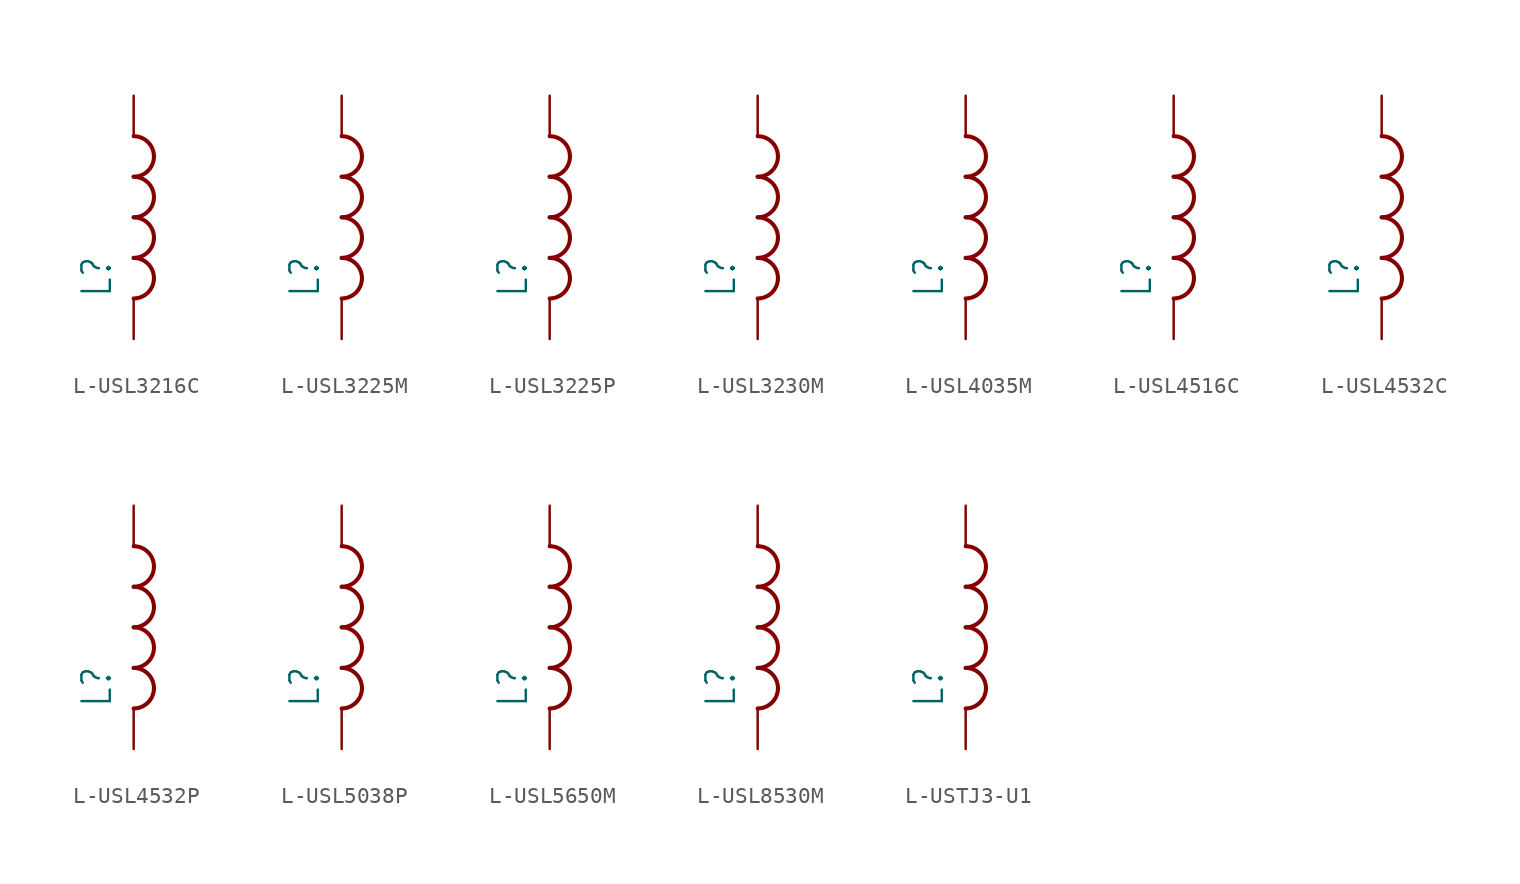
<source format=kicad_sym>
(kicad_symbol_lib
  (version 20241209)
  (generator "kicad_symbol_editor")
  (generator_version "9.0")
  (symbol "L-USL3216C"
    (property "Reference" "L"
      (at -1.27 -5.08 90)
      (effects (font (size 1.778 1.511)) (justify left bottom)))
    (property "Value" ""
      (at 3.81 -5.08 90)
      (effects (font (size 1.778 1.511)) (justify left bottom)))
    (property "ki_locked" ""
      (at 0 0 0)
      (effects (font (size 1.27 1.27))))
    (symbol "L-USL3216C_1_0"
      (arc (start 1.27 3.81) (mid 0.898 2.912) (end 0 2.54) (stroke (width 0.254) (type solid)) (fill (type none)))
      (arc (start 0 5.08) (mid 0.898 4.708) (end 1.27 3.81) (stroke (width 0.254) (type solid)) (fill (type none)))
      (arc (start 1.27 1.27) (mid 0.898 0.372) (end 0 0) (stroke (width 0.254) (type solid)) (fill (type none)))
      (arc (start 0 2.54) (mid 0.898 2.168) (end 1.27 1.27) (stroke (width 0.254) (type solid)) (fill (type none)))
      (arc (start 1.27 -1.27) (mid 0.898 -2.168) (end 0 -2.54) (stroke (width 0.254) (type solid)) (fill (type none)))
      (arc (start 0 0) (mid 0.898 -0.372) (end 1.27 -1.27) (stroke (width 0.254) (type solid)) (fill (type none)))
      (arc (start 1.27 -3.81) (mid 0.898 -4.708) (end 0 -5.08) (stroke (width 0.254) (type solid)) (fill (type none)))
      (arc (start 0 -2.54) (mid 0.898 -2.912) (end 1.27 -3.81) (stroke (width 0.254) (type solid)) (fill (type none)))
      (pin passive line (at 0 7.62 270) (length 2.54) (name "1" (effects (font (size 0 0)))) (number "1" (effects (font (size 0 0)))))
      (pin passive line (at 0 -7.62 90) (length 2.54) (name "2" (effects (font (size 0 0)))) (number "2" (effects (font (size 0 0)))))))
  (symbol "L-USL3225M"
    (property "Reference" "L"
      (at -1.27 -5.08 90)
      (effects (font (size 1.778 1.511)) (justify left bottom)))
    (property "Value" ""
      (at 3.81 -5.08 90)
      (effects (font (size 1.778 1.511)) (justify left bottom)))
    (property "ki_locked" ""
      (at 0 0 0)
      (effects (font (size 1.27 1.27))))
    (symbol "L-USL3225M_1_0"
      (arc (start 1.27 3.81) (mid 0.898 2.912) (end 0 2.54) (stroke (width 0.254) (type solid)) (fill (type none)))
      (arc (start 0 5.08) (mid 0.898 4.708) (end 1.27 3.81) (stroke (width 0.254) (type solid)) (fill (type none)))
      (arc (start 1.27 1.27) (mid 0.898 0.372) (end 0 0) (stroke (width 0.254) (type solid)) (fill (type none)))
      (arc (start 0 2.54) (mid 0.898 2.168) (end 1.27 1.27) (stroke (width 0.254) (type solid)) (fill (type none)))
      (arc (start 1.27 -1.27) (mid 0.898 -2.168) (end 0 -2.54) (stroke (width 0.254) (type solid)) (fill (type none)))
      (arc (start 0 0) (mid 0.898 -0.372) (end 1.27 -1.27) (stroke (width 0.254) (type solid)) (fill (type none)))
      (arc (start 1.27 -3.81) (mid 0.898 -4.708) (end 0 -5.08) (stroke (width 0.254) (type solid)) (fill (type none)))
      (arc (start 0 -2.54) (mid 0.898 -2.912) (end 1.27 -3.81) (stroke (width 0.254) (type solid)) (fill (type none)))
      (pin passive line (at 0 7.62 270) (length 2.54) (name "1" (effects (font (size 0 0)))) (number "1" (effects (font (size 0 0)))))
      (pin passive line (at 0 -7.62 90) (length 2.54) (name "2" (effects (font (size 0 0)))) (number "2" (effects (font (size 0 0)))))))
  (symbol "L-USL3225P"
    (property "Reference" "L"
      (at -1.27 -5.08 90)
      (effects (font (size 1.778 1.511)) (justify left bottom)))
    (property "Value" ""
      (at 3.81 -5.08 90)
      (effects (font (size 1.778 1.511)) (justify left bottom)))
    (property "ki_locked" ""
      (at 0 0 0)
      (effects (font (size 1.27 1.27))))
    (symbol "L-USL3225P_1_0"
      (arc (start 1.27 3.81) (mid 0.898 2.912) (end 0 2.54) (stroke (width 0.254) (type solid)) (fill (type none)))
      (arc (start 0 5.08) (mid 0.898 4.708) (end 1.27 3.81) (stroke (width 0.254) (type solid)) (fill (type none)))
      (arc (start 1.27 1.27) (mid 0.898 0.372) (end 0 0) (stroke (width 0.254) (type solid)) (fill (type none)))
      (arc (start 0 2.54) (mid 0.898 2.168) (end 1.27 1.27) (stroke (width 0.254) (type solid)) (fill (type none)))
      (arc (start 1.27 -1.27) (mid 0.898 -2.168) (end 0 -2.54) (stroke (width 0.254) (type solid)) (fill (type none)))
      (arc (start 0 0) (mid 0.898 -0.372) (end 1.27 -1.27) (stroke (width 0.254) (type solid)) (fill (type none)))
      (arc (start 1.27 -3.81) (mid 0.898 -4.708) (end 0 -5.08) (stroke (width 0.254) (type solid)) (fill (type none)))
      (arc (start 0 -2.54) (mid 0.898 -2.912) (end 1.27 -3.81) (stroke (width 0.254) (type solid)) (fill (type none)))
      (pin passive line (at 0 7.62 270) (length 2.54) (name "1" (effects (font (size 0 0)))) (number "1" (effects (font (size 0 0)))))
      (pin passive line (at 0 -7.62 90) (length 2.54) (name "2" (effects (font (size 0 0)))) (number "2" (effects (font (size 0 0)))))))
  (symbol "L-USL3230M"
    (property "Reference" "L"
      (at -1.27 -5.08 90)
      (effects (font (size 1.778 1.511)) (justify left bottom)))
    (property "Value" ""
      (at 3.81 -5.08 90)
      (effects (font (size 1.778 1.511)) (justify left bottom)))
    (property "ki_locked" ""
      (at 0 0 0)
      (effects (font (size 1.27 1.27))))
    (symbol "L-USL3230M_1_0"
      (arc (start 1.27 3.81) (mid 0.898 2.912) (end 0 2.54) (stroke (width 0.254) (type solid)) (fill (type none)))
      (arc (start 0 5.08) (mid 0.898 4.708) (end 1.27 3.81) (stroke (width 0.254) (type solid)) (fill (type none)))
      (arc (start 1.27 1.27) (mid 0.898 0.372) (end 0 0) (stroke (width 0.254) (type solid)) (fill (type none)))
      (arc (start 0 2.54) (mid 0.898 2.168) (end 1.27 1.27) (stroke (width 0.254) (type solid)) (fill (type none)))
      (arc (start 1.27 -1.27) (mid 0.898 -2.168) (end 0 -2.54) (stroke (width 0.254) (type solid)) (fill (type none)))
      (arc (start 0 0) (mid 0.898 -0.372) (end 1.27 -1.27) (stroke (width 0.254) (type solid)) (fill (type none)))
      (arc (start 1.27 -3.81) (mid 0.898 -4.708) (end 0 -5.08) (stroke (width 0.254) (type solid)) (fill (type none)))
      (arc (start 0 -2.54) (mid 0.898 -2.912) (end 1.27 -3.81) (stroke (width 0.254) (type solid)) (fill (type none)))
      (pin passive line (at 0 7.62 270) (length 2.54) (name "1" (effects (font (size 0 0)))) (number "1" (effects (font (size 0 0)))))
      (pin passive line (at 0 -7.62 90) (length 2.54) (name "2" (effects (font (size 0 0)))) (number "2" (effects (font (size 0 0)))))))
  (symbol "L-USL4035M"
    (property "Reference" "L"
      (at -1.27 -5.08 90)
      (effects (font (size 1.778 1.511)) (justify left bottom)))
    (property "Value" ""
      (at 3.81 -5.08 90)
      (effects (font (size 1.778 1.511)) (justify left bottom)))
    (property "ki_locked" ""
      (at 0 0 0)
      (effects (font (size 1.27 1.27))))
    (symbol "L-USL4035M_1_0"
      (arc (start 1.27 3.81) (mid 0.898 2.912) (end 0 2.54) (stroke (width 0.254) (type solid)) (fill (type none)))
      (arc (start 0 5.08) (mid 0.898 4.708) (end 1.27 3.81) (stroke (width 0.254) (type solid)) (fill (type none)))
      (arc (start 1.27 1.27) (mid 0.898 0.372) (end 0 0) (stroke (width 0.254) (type solid)) (fill (type none)))
      (arc (start 0 2.54) (mid 0.898 2.168) (end 1.27 1.27) (stroke (width 0.254) (type solid)) (fill (type none)))
      (arc (start 1.27 -1.27) (mid 0.898 -2.168) (end 0 -2.54) (stroke (width 0.254) (type solid)) (fill (type none)))
      (arc (start 0 0) (mid 0.898 -0.372) (end 1.27 -1.27) (stroke (width 0.254) (type solid)) (fill (type none)))
      (arc (start 1.27 -3.81) (mid 0.898 -4.708) (end 0 -5.08) (stroke (width 0.254) (type solid)) (fill (type none)))
      (arc (start 0 -2.54) (mid 0.898 -2.912) (end 1.27 -3.81) (stroke (width 0.254) (type solid)) (fill (type none)))
      (pin passive line (at 0 7.62 270) (length 2.54) (name "1" (effects (font (size 0 0)))) (number "1" (effects (font (size 0 0)))))
      (pin passive line (at 0 -7.62 90) (length 2.54) (name "2" (effects (font (size 0 0)))) (number "2" (effects (font (size 0 0)))))))
  (symbol "L-USL4516C"
    (property "Reference" "L"
      (at -1.27 -5.08 90)
      (effects (font (size 1.778 1.511)) (justify left bottom)))
    (property "Value" ""
      (at 3.81 -5.08 90)
      (effects (font (size 1.778 1.511)) (justify left bottom)))
    (property "ki_locked" ""
      (at 0 0 0)
      (effects (font (size 1.27 1.27))))
    (symbol "L-USL4516C_1_0"
      (arc (start 1.27 3.81) (mid 0.898 2.912) (end 0 2.54) (stroke (width 0.254) (type solid)) (fill (type none)))
      (arc (start 0 5.08) (mid 0.898 4.708) (end 1.27 3.81) (stroke (width 0.254) (type solid)) (fill (type none)))
      (arc (start 1.27 1.27) (mid 0.898 0.372) (end 0 0) (stroke (width 0.254) (type solid)) (fill (type none)))
      (arc (start 0 2.54) (mid 0.898 2.168) (end 1.27 1.27) (stroke (width 0.254) (type solid)) (fill (type none)))
      (arc (start 1.27 -1.27) (mid 0.898 -2.168) (end 0 -2.54) (stroke (width 0.254) (type solid)) (fill (type none)))
      (arc (start 0 0) (mid 0.898 -0.372) (end 1.27 -1.27) (stroke (width 0.254) (type solid)) (fill (type none)))
      (arc (start 1.27 -3.81) (mid 0.898 -4.708) (end 0 -5.08) (stroke (width 0.254) (type solid)) (fill (type none)))
      (arc (start 0 -2.54) (mid 0.898 -2.912) (end 1.27 -3.81) (stroke (width 0.254) (type solid)) (fill (type none)))
      (pin passive line (at 0 7.62 270) (length 2.54) (name "1" (effects (font (size 0 0)))) (number "1" (effects (font (size 0 0)))))
      (pin passive line (at 0 -7.62 90) (length 2.54) (name "2" (effects (font (size 0 0)))) (number "2" (effects (font (size 0 0)))))))
  (symbol "L-USL4532C"
    (property "Reference" "L"
      (at -1.27 -5.08 90)
      (effects (font (size 1.778 1.511)) (justify left bottom)))
    (property "Value" ""
      (at 3.81 -5.08 90)
      (effects (font (size 1.778 1.511)) (justify left bottom)))
    (property "ki_locked" ""
      (at 0 0 0)
      (effects (font (size 1.27 1.27))))
    (symbol "L-USL4532C_1_0"
      (arc (start 1.27 3.81) (mid 0.898 2.912) (end 0 2.54) (stroke (width 0.254) (type solid)) (fill (type none)))
      (arc (start 0 5.08) (mid 0.898 4.708) (end 1.27 3.81) (stroke (width 0.254) (type solid)) (fill (type none)))
      (arc (start 1.27 1.27) (mid 0.898 0.372) (end 0 0) (stroke (width 0.254) (type solid)) (fill (type none)))
      (arc (start 0 2.54) (mid 0.898 2.168) (end 1.27 1.27) (stroke (width 0.254) (type solid)) (fill (type none)))
      (arc (start 1.27 -1.27) (mid 0.898 -2.168) (end 0 -2.54) (stroke (width 0.254) (type solid)) (fill (type none)))
      (arc (start 0 0) (mid 0.898 -0.372) (end 1.27 -1.27) (stroke (width 0.254) (type solid)) (fill (type none)))
      (arc (start 1.27 -3.81) (mid 0.898 -4.708) (end 0 -5.08) (stroke (width 0.254) (type solid)) (fill (type none)))
      (arc (start 0 -2.54) (mid 0.898 -2.912) (end 1.27 -3.81) (stroke (width 0.254) (type solid)) (fill (type none)))
      (pin passive line (at 0 7.62 270) (length 2.54) (name "1" (effects (font (size 0 0)))) (number "1" (effects (font (size 0 0)))))
      (pin passive line (at 0 -7.62 90) (length 2.54) (name "2" (effects (font (size 0 0)))) (number "2" (effects (font (size 0 0)))))))
  (symbol "L-USL4532P"
    (property "Reference" "L"
      (at -1.27 -5.08 90)
      (effects (font (size 1.778 1.511)) (justify left bottom)))
    (property "Value" ""
      (at 3.81 -5.08 90)
      (effects (font (size 1.778 1.511)) (justify left bottom)))
    (property "ki_locked" ""
      (at 0 0 0)
      (effects (font (size 1.27 1.27))))
    (symbol "L-USL4532P_1_0"
      (arc (start 1.27 3.81) (mid 0.898 2.912) (end 0 2.54) (stroke (width 0.254) (type solid)) (fill (type none)))
      (arc (start 0 5.08) (mid 0.898 4.708) (end 1.27 3.81) (stroke (width 0.254) (type solid)) (fill (type none)))
      (arc (start 1.27 1.27) (mid 0.898 0.372) (end 0 0) (stroke (width 0.254) (type solid)) (fill (type none)))
      (arc (start 0 2.54) (mid 0.898 2.168) (end 1.27 1.27) (stroke (width 0.254) (type solid)) (fill (type none)))
      (arc (start 1.27 -1.27) (mid 0.898 -2.168) (end 0 -2.54) (stroke (width 0.254) (type solid)) (fill (type none)))
      (arc (start 0 0) (mid 0.898 -0.372) (end 1.27 -1.27) (stroke (width 0.254) (type solid)) (fill (type none)))
      (arc (start 1.27 -3.81) (mid 0.898 -4.708) (end 0 -5.08) (stroke (width 0.254) (type solid)) (fill (type none)))
      (arc (start 0 -2.54) (mid 0.898 -2.912) (end 1.27 -3.81) (stroke (width 0.254) (type solid)) (fill (type none)))
      (pin passive line (at 0 7.62 270) (length 2.54) (name "1" (effects (font (size 0 0)))) (number "1" (effects (font (size 0 0)))))
      (pin passive line (at 0 -7.62 90) (length 2.54) (name "2" (effects (font (size 0 0)))) (number "2" (effects (font (size 0 0)))))))
  (symbol "L-USL5038P"
    (property "Reference" "L"
      (at -1.27 -5.08 90)
      (effects (font (size 1.778 1.511)) (justify left bottom)))
    (property "Value" ""
      (at 3.81 -5.08 90)
      (effects (font (size 1.778 1.511)) (justify left bottom)))
    (property "ki_locked" ""
      (at 0 0 0)
      (effects (font (size 1.27 1.27))))
    (symbol "L-USL5038P_1_0"
      (arc (start 1.27 3.81) (mid 0.898 2.912) (end 0 2.54) (stroke (width 0.254) (type solid)) (fill (type none)))
      (arc (start 0 5.08) (mid 0.898 4.708) (end 1.27 3.81) (stroke (width 0.254) (type solid)) (fill (type none)))
      (arc (start 1.27 1.27) (mid 0.898 0.372) (end 0 0) (stroke (width 0.254) (type solid)) (fill (type none)))
      (arc (start 0 2.54) (mid 0.898 2.168) (end 1.27 1.27) (stroke (width 0.254) (type solid)) (fill (type none)))
      (arc (start 1.27 -1.27) (mid 0.898 -2.168) (end 0 -2.54) (stroke (width 0.254) (type solid)) (fill (type none)))
      (arc (start 0 0) (mid 0.898 -0.372) (end 1.27 -1.27) (stroke (width 0.254) (type solid)) (fill (type none)))
      (arc (start 1.27 -3.81) (mid 0.898 -4.708) (end 0 -5.08) (stroke (width 0.254) (type solid)) (fill (type none)))
      (arc (start 0 -2.54) (mid 0.898 -2.912) (end 1.27 -3.81) (stroke (width 0.254) (type solid)) (fill (type none)))
      (pin passive line (at 0 7.62 270) (length 2.54) (name "1" (effects (font (size 0 0)))) (number "1" (effects (font (size 0 0)))))
      (pin passive line (at 0 -7.62 90) (length 2.54) (name "2" (effects (font (size 0 0)))) (number "2" (effects (font (size 0 0)))))))
  (symbol "L-USL5650M"
    (property "Reference" "L"
      (at -1.27 -5.08 90)
      (effects (font (size 1.778 1.511)) (justify left bottom)))
    (property "Value" ""
      (at 3.81 -5.08 90)
      (effects (font (size 1.778 1.511)) (justify left bottom)))
    (property "ki_locked" ""
      (at 0 0 0)
      (effects (font (size 1.27 1.27))))
    (symbol "L-USL5650M_1_0"
      (arc (start 1.27 3.81) (mid 0.898 2.912) (end 0 2.54) (stroke (width 0.254) (type solid)) (fill (type none)))
      (arc (start 0 5.08) (mid 0.898 4.708) (end 1.27 3.81) (stroke (width 0.254) (type solid)) (fill (type none)))
      (arc (start 1.27 1.27) (mid 0.898 0.372) (end 0 0) (stroke (width 0.254) (type solid)) (fill (type none)))
      (arc (start 0 2.54) (mid 0.898 2.168) (end 1.27 1.27) (stroke (width 0.254) (type solid)) (fill (type none)))
      (arc (start 1.27 -1.27) (mid 0.898 -2.168) (end 0 -2.54) (stroke (width 0.254) (type solid)) (fill (type none)))
      (arc (start 0 0) (mid 0.898 -0.372) (end 1.27 -1.27) (stroke (width 0.254) (type solid)) (fill (type none)))
      (arc (start 1.27 -3.81) (mid 0.898 -4.708) (end 0 -5.08) (stroke (width 0.254) (type solid)) (fill (type none)))
      (arc (start 0 -2.54) (mid 0.898 -2.912) (end 1.27 -3.81) (stroke (width 0.254) (type solid)) (fill (type none)))
      (pin passive line (at 0 7.62 270) (length 2.54) (name "1" (effects (font (size 0 0)))) (number "1" (effects (font (size 0 0)))))
      (pin passive line (at 0 -7.62 90) (length 2.54) (name "2" (effects (font (size 0 0)))) (number "2" (effects (font (size 0 0)))))))
  (symbol "L-USL8530M"
    (property "Reference" "L"
      (at -1.27 -5.08 90)
      (effects (font (size 1.778 1.511)) (justify left bottom)))
    (property "Value" ""
      (at 3.81 -5.08 90)
      (effects (font (size 1.778 1.511)) (justify left bottom)))
    (property "ki_locked" ""
      (at 0 0 0)
      (effects (font (size 1.27 1.27))))
    (symbol "L-USL8530M_1_0"
      (arc (start 1.27 3.81) (mid 0.898 2.912) (end 0 2.54) (stroke (width 0.254) (type solid)) (fill (type none)))
      (arc (start 0 5.08) (mid 0.898 4.708) (end 1.27 3.81) (stroke (width 0.254) (type solid)) (fill (type none)))
      (arc (start 1.27 1.27) (mid 0.898 0.372) (end 0 0) (stroke (width 0.254) (type solid)) (fill (type none)))
      (arc (start 0 2.54) (mid 0.898 2.168) (end 1.27 1.27) (stroke (width 0.254) (type solid)) (fill (type none)))
      (arc (start 1.27 -1.27) (mid 0.898 -2.168) (end 0 -2.54) (stroke (width 0.254) (type solid)) (fill (type none)))
      (arc (start 0 0) (mid 0.898 -0.372) (end 1.27 -1.27) (stroke (width 0.254) (type solid)) (fill (type none)))
      (arc (start 1.27 -3.81) (mid 0.898 -4.708) (end 0 -5.08) (stroke (width 0.254) (type solid)) (fill (type none)))
      (arc (start 0 -2.54) (mid 0.898 -2.912) (end 1.27 -3.81) (stroke (width 0.254) (type solid)) (fill (type none)))
      (pin passive line (at 0 7.62 270) (length 2.54) (name "1" (effects (font (size 0 0)))) (number "1" (effects (font (size 0 0)))))
      (pin passive line (at 0 -7.62 90) (length 2.54) (name "2" (effects (font (size 0 0)))) (number "2" (effects (font (size 0 0)))))))
  (symbol "L-USTJ3-U1"
    (property "Reference" "L"
      (at -1.27 -5.08 90)
      (effects (font (size 1.778 1.511)) (justify left bottom)))
    (property "Value" ""
      (at 3.81 -5.08 90)
      (effects (font (size 1.778 1.511)) (justify left bottom)))
    (property "ki_locked" ""
      (at 0 0 0)
      (effects (font (size 1.27 1.27))))
    (symbol "L-USTJ3-U1_1_0"
      (arc (start 1.27 3.81) (mid 0.898 2.912) (end 0 2.54) (stroke (width 0.254) (type solid)) (fill (type none)))
      (arc (start 0 5.08) (mid 0.898 4.708) (end 1.27 3.81) (stroke (width 0.254) (type solid)) (fill (type none)))
      (arc (start 1.27 1.27) (mid 0.898 0.372) (end 0 0) (stroke (width 0.254) (type solid)) (fill (type none)))
      (arc (start 0 2.54) (mid 0.898 2.168) (end 1.27 1.27) (stroke (width 0.254) (type solid)) (fill (type none)))
      (arc (start 1.27 -1.27) (mid 0.898 -2.168) (end 0 -2.54) (stroke (width 0.254) (type solid)) (fill (type none)))
      (arc (start 0 0) (mid 0.898 -0.372) (end 1.27 -1.27) (stroke (width 0.254) (type solid)) (fill (type none)))
      (arc (start 1.27 -3.81) (mid 0.898 -4.708) (end 0 -5.08) (stroke (width 0.254) (type solid)) (fill (type none)))
      (arc (start 0 -2.54) (mid 0.898 -2.912) (end 1.27 -3.81) (stroke (width 0.254) (type solid)) (fill (type none)))
      (pin passive line (at 0 7.62 270) (length 2.54) (name "1" (effects (font (size 0 0)))) (number "1" (effects (font (size 0 0)))))
      (pin passive line (at 0 -7.62 90) (length 2.54) (name "2" (effects (font (size 0 0)))) (number "2" (effects (font (size 0 0))))))))
</source>
